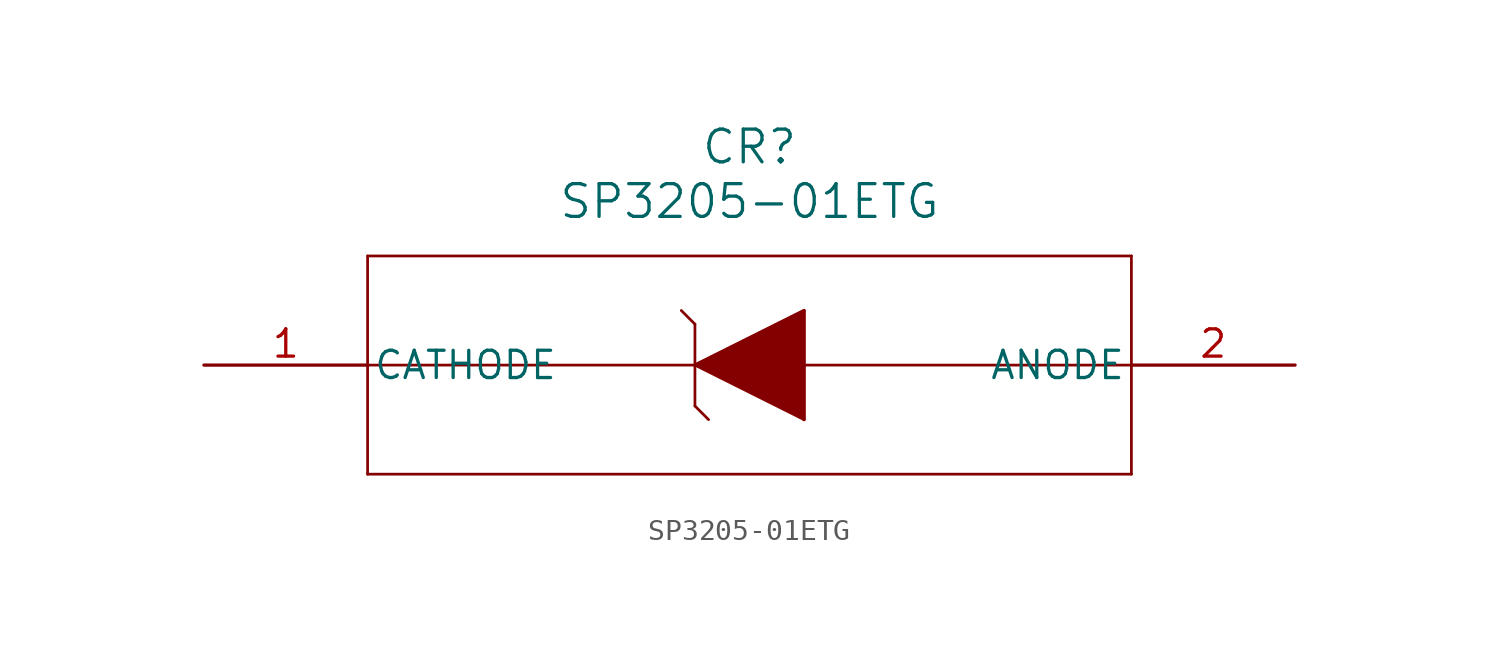
<source format=kicad_sym>
(kicad_symbol_lib
  (version 20211014)
  (generator kicad_symbol_editor)
  (symbol "SP3205-01ETG"
    (pin_names
      (offset 0.254))
    (property "Reference" "CR"
      (at 25.4 10.16 0)
      (effects (font (size 1.524 1.524))))
    (property "Value" "SP3205-01ETG"
      (at 25.4 7.62 0)
      (effects (font (size 1.524 1.524))))
    (symbol "SP3205-01ETG_0_1"
      (polyline (pts (xy 7.62 5.08) (xy 7.62 -5.08)) (stroke (width 0.127) (type default) (color 0 0 0 0)) (fill (type none)))
      (polyline (pts (xy 7.62 -5.08) (xy 43.18 -5.08)) (stroke (width 0.127) (type default) (color 0 0 0 0)) (fill (type none)))
      (polyline (pts (xy 43.18 -5.08) (xy 43.18 5.08)) (stroke (width 0.127) (type default) (color 0 0 0 0)) (fill (type none)))
      (polyline (pts (xy 43.18 5.08) (xy 7.62 5.08)) (stroke (width 0.127) (type default) (color 0 0 0 0)) (fill (type none)))
      (polyline (pts (xy 7.62 0) (xy 43.18 0)) (stroke (width 0.127) (type default) (color 0 0 0 0)) (fill (type none)))
      (polyline (pts (xy 22.86 0) (xy 27.94 2.54)) (stroke (width 0.127) (type default) (color 0 0 0 0)) (fill (type none)))
      (polyline (pts (xy 27.94 2.54) (xy 27.94 -2.54)) (stroke (width 0.127) (type default) (color 0 0 0 0)) (fill (type none)))
      (polyline (pts (xy 27.94 -2.54) (xy 22.86 0)) (stroke (width 0.127) (type default) (color 0 0 0 0)) (fill (type none)))
      (polyline (pts (xy 22.86 1.905) (xy 22.86 -1.905)) (stroke (width 0.127) (type default) (color 0 0 0 0)) (fill (type none)))
      (polyline (pts (xy 22.86 -1.905) (xy 23.495 -2.54)) (stroke (width 0.127) (type default) (color 0 0 0 0)) (fill (type none)))
      (polyline (pts (xy 22.86 1.905) (xy 22.225 2.54)) (stroke (width 0.127) (type default) (color 0 0 0 0)) (fill (type none)))
      (polyline (pts (xy 22.86 0) (xy 27.94 2.54) (xy 27.94 -2.54)) (stroke (width 0) (type default) (color 0 0 0 0)) (fill (type outline)))
      (pin unspecified line (at 0 0 0) (length 7.62) (name "CATHODE" (effects (font (size 1.27 1.27)))) (number "1" (effects (font (size 1.27 1.27)))))
      (pin unspecified line (at 50.8 0 180) (length 7.62) (name "ANODE" (effects (font (size 1.27 1.27)))) (number "2" (effects (font (size 1.27 1.27))))))))
</source>
